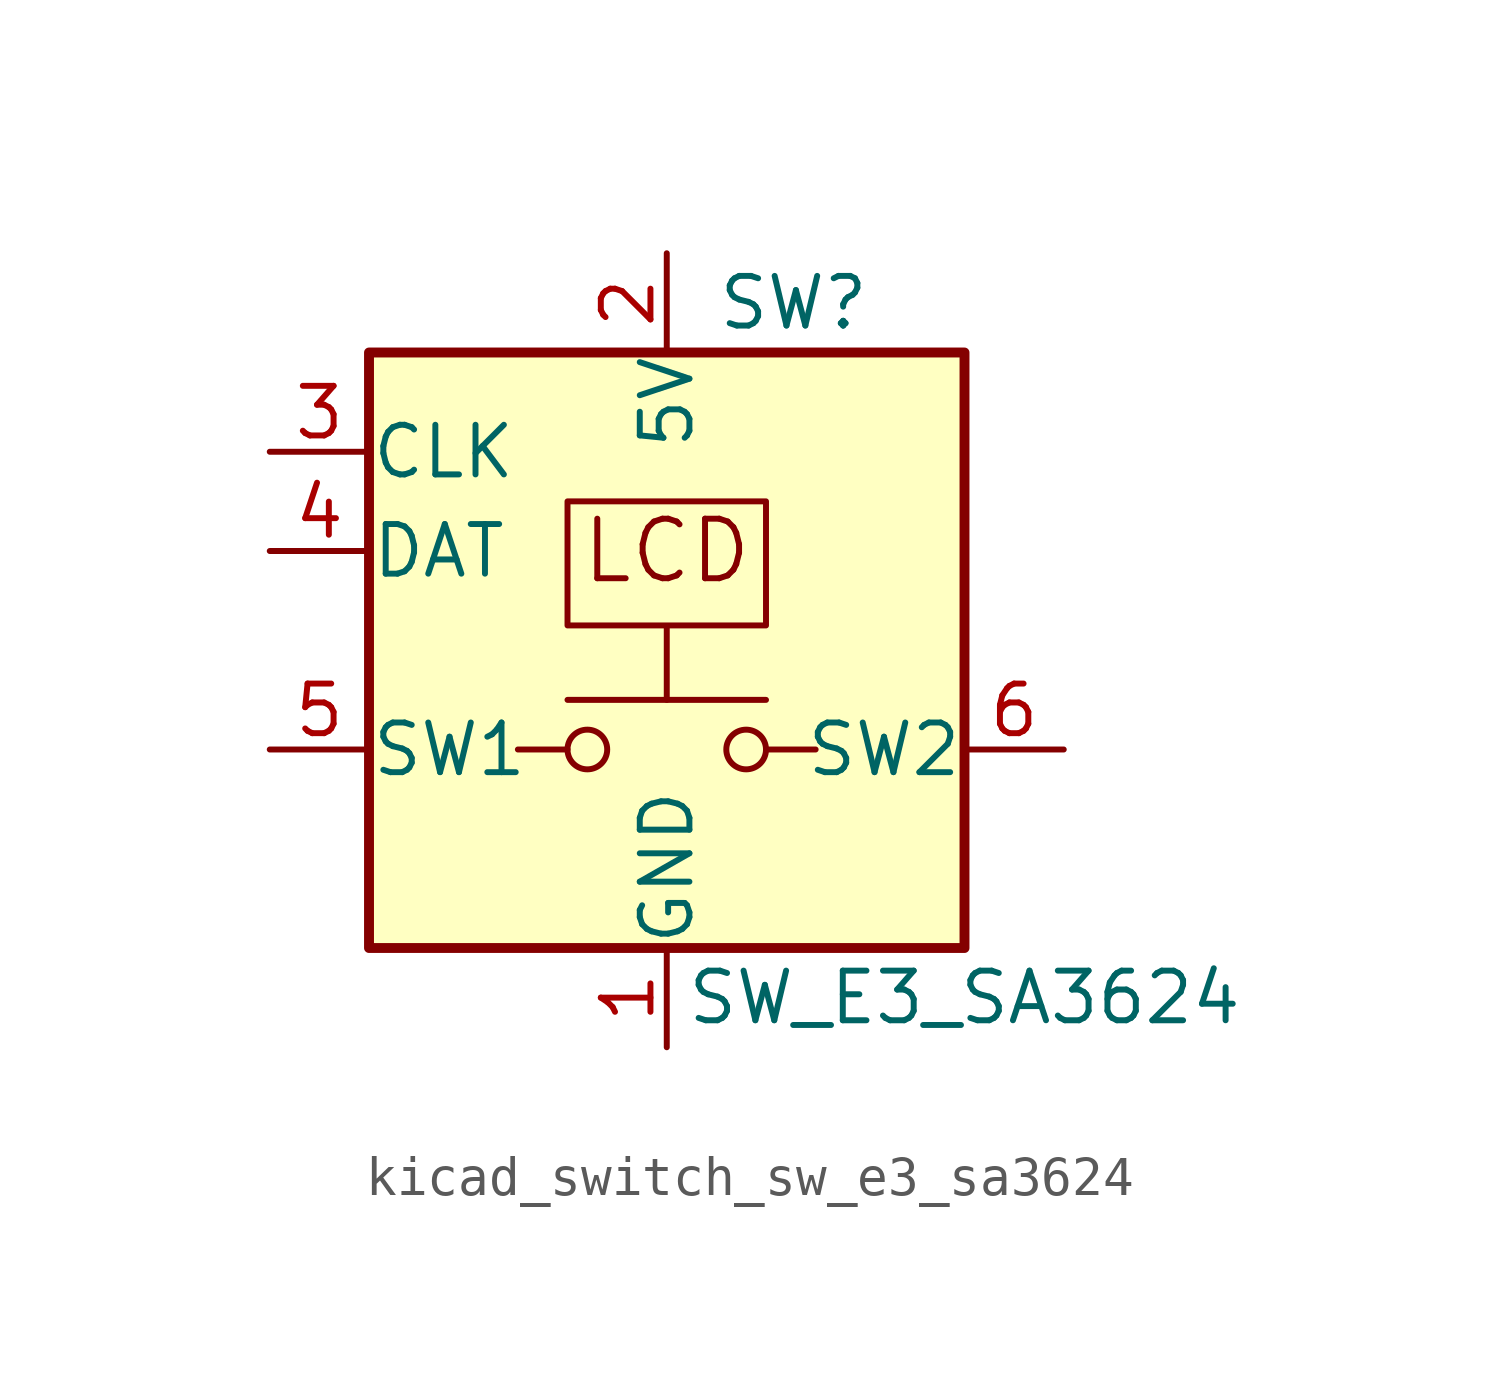
<source format=kicad_sym>
(kicad_symbol_lib
  (version 20220914)
  (generator kicad_symbol_editor)
  (symbol "kicad_switch_sw_e3_sa3624"
    (pin_names
      (offset 0.025))
    (property "Reference" "SW"
      (at 1.27 8.89 0)
      (effects (font (size 1.27 1.27)) (justify left)))
    (property "Value" "SW_E3_SA3624"
      (at 7.62 -8.89 0)
      (effects (font (size 1.27 1.27))))
    (symbol "kicad_switch_sw_e3_sa3624_0_0"
      (rectangle (start -7.62 7.62) (end 7.62 -7.62) (stroke (width 0.254) (type default)) (fill (type background)))
      (polyline (pts (xy -2.54 -2.54) (xy -3.81 -2.54)) (stroke (width 0) (type default)) (fill (type none)))
      (polyline (pts (xy 2.54 -2.54) (xy 3.81 -2.54)) (stroke (width 0) (type default)) (fill (type none)))
      (text "LCD" (at 0 2.54 0) (effects (font (size 1.524 1.524)))))
    (symbol "kicad_switch_sw_e3_sa3624_0_1"
      (circle (center -2.032 -2.54) (radius 0.508) (stroke (width 0) (type default)) (fill (type none)))
      (polyline (pts (xy 2.54 -1.27) (xy -2.54 -1.27)) (stroke (width 0) (type default)) (fill (type none)))
      (polyline (pts (xy 0 -1.27) (xy 0 0.635) (xy -2.54 0.635) (xy -2.54 3.81) (xy 2.54 3.81) (xy 2.54 0.635) (xy 0 0.635)) (stroke (width 0) (type default)) (fill (type none)))
      (circle (center 2.032 -2.54) (radius 0.508) (stroke (width 0) (type default)) (fill (type none)))
      (pin power_in line (at 0 -10.16 90) (length 2.54) (name "GND" (effects (font (size 1.27 1.27)))) (number "1" (effects (font (size 1.27 1.27)))))
      (pin power_in line (at 0 10.16 270) (length 2.54) (name "5V" (effects (font (size 1.27 1.27)))) (number "2" (effects (font (size 1.27 1.27)))))
      (pin input line (at -10.16 5.08 0) (length 2.54) (name "CLK" (effects (font (size 1.27 1.27)))) (number "3" (effects (font (size 1.27 1.27)))))
      (pin input line (at -10.16 2.54 0) (length 2.54) (name "DAT" (effects (font (size 1.27 1.27)))) (number "4" (effects (font (size 1.27 1.27))))))
    (symbol "kicad_switch_sw_e3_sa3624_1_1"
      (pin passive line (at -10.16 -2.54 0) (length 2.54) (name "SW1" (effects (font (size 1.27 1.27)))) (number "5" (effects (font (size 1.27 1.27)))))
      (pin passive line (at 10.16 -2.54 180) (length 2.54) (name "SW2" (effects (font (size 1.27 1.27)))) (number "6" (effects (font (size 1.27 1.27))))))))
</source>
